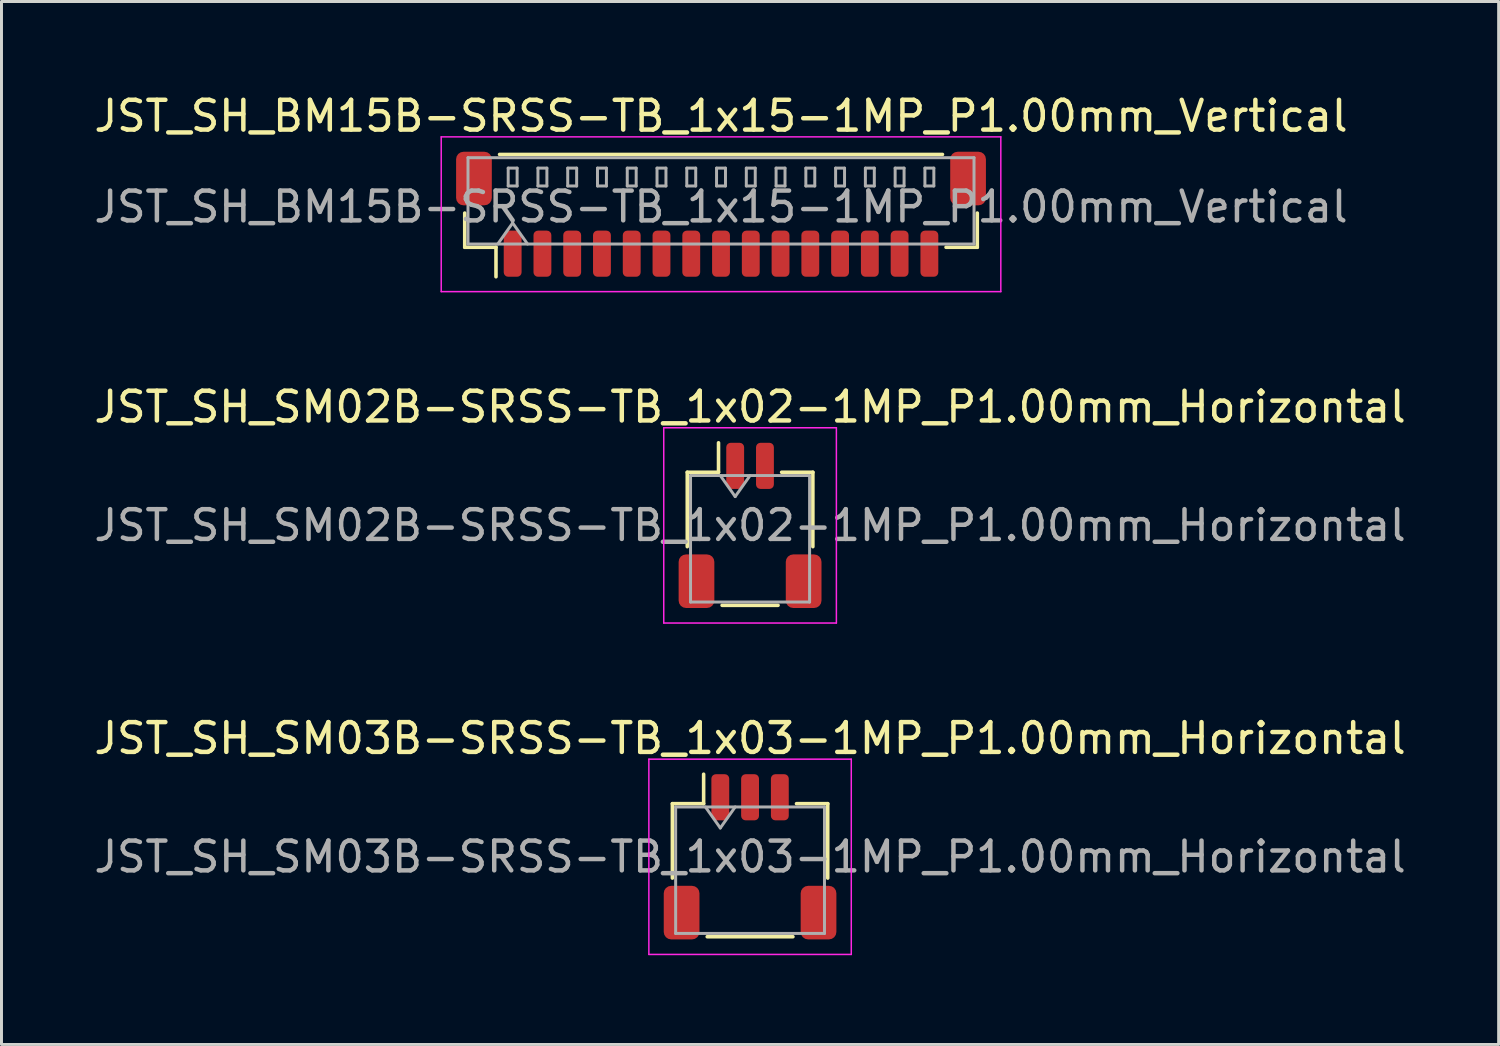
<source format=kicad_pcb>
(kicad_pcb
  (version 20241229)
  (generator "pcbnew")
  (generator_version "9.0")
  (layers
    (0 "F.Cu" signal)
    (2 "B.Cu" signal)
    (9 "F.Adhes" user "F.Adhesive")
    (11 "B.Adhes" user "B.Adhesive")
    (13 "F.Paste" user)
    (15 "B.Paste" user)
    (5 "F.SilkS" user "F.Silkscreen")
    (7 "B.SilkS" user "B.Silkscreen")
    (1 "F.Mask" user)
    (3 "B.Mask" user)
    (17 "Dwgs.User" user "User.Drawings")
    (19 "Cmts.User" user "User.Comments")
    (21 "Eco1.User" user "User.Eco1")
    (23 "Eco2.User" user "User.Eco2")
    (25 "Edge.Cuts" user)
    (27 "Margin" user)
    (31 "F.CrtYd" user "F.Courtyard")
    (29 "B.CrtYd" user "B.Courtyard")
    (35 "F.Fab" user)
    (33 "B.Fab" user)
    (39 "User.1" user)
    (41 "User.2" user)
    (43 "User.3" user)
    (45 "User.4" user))
  (footprint "JST_SH_SM02B-SRSS-TB_1x02-1MP_P1.00mm_Horizontal"
    (layer "F.Cu")
    (at 22.149 14.601)
    (property "Reference" "JST_SH_SM02B-SRSS-TB_1x02-1MP_P1.00mm_Horizontal" (at 0 -3.98 0) (layer "F.SilkS") (effects (font (size 1 1) (thickness 0.15))))
    (attr smd)
    (fp_line (start -2.11 -1.785) (end -1.06 -1.785) (stroke (width 0.12) (type solid)) (layer "F.SilkS"))
    (fp_line (start -2.11 0.715) (end -2.11 -1.785) (stroke (width 0.12) (type solid)) (layer "F.SilkS"))
    (fp_line (start -1.06 -1.785) (end -1.06 -2.775) (stroke (width 0.12) (type solid)) (layer "F.SilkS"))
    (fp_line (start -0.94 2.685) (end 0.94 2.685) (stroke (width 0.12) (type solid)) (layer "F.SilkS"))
    (fp_line (start 2.11 -1.785) (end 1.06 -1.785) (stroke (width 0.12) (type solid)) (layer "F.SilkS"))
    (fp_line (start 2.11 0.715) (end 2.11 -1.785) (stroke (width 0.12) (type solid)) (layer "F.SilkS"))
    (fp_line (start -2.9 -3.28) (end -2.9 3.28) (stroke (width 0.05) (type solid)) (layer "F.CrtYd"))
    (fp_line (start -2.9 3.28) (end 2.9 3.28) (stroke (width 0.05) (type solid)) (layer "F.CrtYd"))
    (fp_line (start 2.9 -3.28) (end -2.9 -3.28) (stroke (width 0.05) (type solid)) (layer "F.CrtYd"))
    (fp_line (start 2.9 3.28) (end 2.9 -3.28) (stroke (width 0.05) (type solid)) (layer "F.CrtYd"))
    (fp_line (start -2 -1.675) (end -2 2.575) (stroke (width 0.1) (type solid)) (layer "F.Fab"))
    (fp_line (start -2 -1.675) (end 2 -1.675) (stroke (width 0.1) (type solid)) (layer "F.Fab"))
    (fp_line (start -2 2.575) (end 2 2.575) (stroke (width 0.1) (type solid)) (layer "F.Fab"))
    (fp_line (start -1 -1.675) (end -0.5 -0.968) (stroke (width 0.1) (type solid)) (layer "F.Fab"))
    (fp_line (start -0.5 -0.968) (end 0 -1.675) (stroke (width 0.1) (type solid)) (layer "F.Fab"))
    (fp_line (start 2 -1.675) (end 2 2.575) (stroke (width 0.1) (type solid)) (layer "F.Fab"))
    (fp_text user "${REFERENCE}" (at 0 0 0) (layer "F.Fab") (effects (font (size 1 1) (thickness 0.15))))
    (pad "1" smd roundrect (at -0.5 -2) (size 0.6 1.55) (layers "F.Cu" "F.Mask" "F.Paste") (roundrect_rratio 0.25))
    (pad "2" smd roundrect (at 0.5 -2) (size 0.6 1.55) (layers "F.Cu" "F.Mask" "F.Paste") (roundrect_rratio 0.25))
    (pad "MP" smd roundrect (at -1.8 1.875) (size 1.2 1.8) (layers "F.Cu" "F.Mask" "F.Paste") (roundrect_rratio 0.208))
    (pad "MP" smd roundrect (at 1.8 1.875) (size 1.2 1.8) (layers "F.Cu" "F.Mask" "F.Paste") (roundrect_rratio 0.208)))
  (footprint "JST_SH_BM15B-SRSS-TB_1x15-1MP_P1.00mm_Vertical"
    (layer "F.Cu")
    (at 21.173 4.148)
    (property "Reference" "JST_SH_BM15B-SRSS-TB_1x15-1MP_P1.00mm_Vertical" (at 0 -3.3 0) (layer "F.SilkS") (effects (font (size 1 1) (thickness 0.15))))
    (attr smd)
    (fp_line (start -8.61 -0.04) (end -8.61 1.11) (stroke (width 0.12) (type solid)) (layer "F.SilkS"))
    (fp_line (start -8.61 1.11) (end -7.56 1.11) (stroke (width 0.12) (type solid)) (layer "F.SilkS"))
    (fp_line (start -7.56 1.11) (end -7.56 2.1) (stroke (width 0.12) (type solid)) (layer "F.SilkS"))
    (fp_line (start -7.44 -2.01) (end 7.44 -2.01) (stroke (width 0.12) (type solid)) (layer "F.SilkS"))
    (fp_line (start 8.61 -0.04) (end 8.61 1.11) (stroke (width 0.12) (type solid)) (layer "F.SilkS"))
    (fp_line (start 8.61 1.11) (end 7.56 1.11) (stroke (width 0.12) (type solid)) (layer "F.SilkS"))
    (fp_line (start -9.4 -2.6) (end -9.4 2.6) (stroke (width 0.05) (type solid)) (layer "F.CrtYd"))
    (fp_line (start -9.4 2.6) (end 9.4 2.6) (stroke (width 0.05) (type solid)) (layer "F.CrtYd"))
    (fp_line (start 9.4 -2.6) (end -9.4 -2.6) (stroke (width 0.05) (type solid)) (layer "F.CrtYd"))
    (fp_line (start 9.4 2.6) (end 9.4 -2.6) (stroke (width 0.05) (type solid)) (layer "F.CrtYd"))
    (fp_line (start -8.5 -1.9) (end 8.5 -1.9) (stroke (width 0.1) (type solid)) (layer "F.Fab"))
    (fp_line (start -8.5 1) (end -8.5 -1.9) (stroke (width 0.1) (type solid)) (layer "F.Fab"))
    (fp_line (start -8.5 1) (end 8.5 1) (stroke (width 0.1) (type solid)) (layer "F.Fab"))
    (fp_line (start -7.5 1) (end -7 0.293) (stroke (width 0.1) (type solid)) (layer "F.Fab"))
    (fp_line (start -7.15 -1.55) (end -7.15 -0.95) (stroke (width 0.1) (type solid)) (layer "F.Fab"))
    (fp_line (start -7.15 -0.95) (end -6.85 -0.95) (stroke (width 0.1) (type solid)) (layer "F.Fab"))
    (fp_line (start -7 0.293) (end -6.5 1) (stroke (width 0.1) (type solid)) (layer "F.Fab"))
    (fp_line (start -6.85 -1.55) (end -7.15 -1.55) (stroke (width 0.1) (type solid)) (layer "F.Fab"))
    (fp_line (start -6.85 -0.95) (end -6.85 -1.55) (stroke (width 0.1) (type solid)) (layer "F.Fab"))
    (fp_line (start -6.15 -1.55) (end -6.15 -0.95) (stroke (width 0.1) (type solid)) (layer "F.Fab"))
    (fp_line (start -6.15 -0.95) (end -5.85 -0.95) (stroke (width 0.1) (type solid)) (layer "F.Fab"))
    (fp_line (start -5.85 -1.55) (end -6.15 -1.55) (stroke (width 0.1) (type solid)) (layer "F.Fab"))
    (fp_line (start -5.85 -0.95) (end -5.85 -1.55) (stroke (width 0.1) (type solid)) (layer "F.Fab"))
    (fp_line (start -5.15 -1.55) (end -5.15 -0.95) (stroke (width 0.1) (type solid)) (layer "F.Fab"))
    (fp_line (start -5.15 -0.95) (end -4.85 -0.95) (stroke (width 0.1) (type solid)) (layer "F.Fab"))
    (fp_line (start -4.85 -1.55) (end -5.15 -1.55) (stroke (width 0.1) (type solid)) (layer "F.Fab"))
    (fp_line (start -4.85 -0.95) (end -4.85 -1.55) (stroke (width 0.1) (type solid)) (layer "F.Fab"))
    (fp_line (start -4.15 -1.55) (end -4.15 -0.95) (stroke (width 0.1) (type solid)) (layer "F.Fab"))
    (fp_line (start -4.15 -0.95) (end -3.85 -0.95) (stroke (width 0.1) (type solid)) (layer "F.Fab"))
    (fp_line (start -3.85 -1.55) (end -4.15 -1.55) (stroke (width 0.1) (type solid)) (layer "F.Fab"))
    (fp_line (start -3.85 -0.95) (end -3.85 -1.55) (stroke (width 0.1) (type solid)) (layer "F.Fab"))
    (fp_line (start -3.15 -1.55) (end -3.15 -0.95) (stroke (width 0.1) (type solid)) (layer "F.Fab"))
    (fp_line (start -3.15 -0.95) (end -2.85 -0.95) (stroke (width 0.1) (type solid)) (layer "F.Fab"))
    (fp_line (start -2.85 -1.55) (end -3.15 -1.55) (stroke (width 0.1) (type solid)) (layer "F.Fab"))
    (fp_line (start -2.85 -0.95) (end -2.85 -1.55) (stroke (width 0.1) (type solid)) (layer "F.Fab"))
    (fp_line (start -2.15 -1.55) (end -2.15 -0.95) (stroke (width 0.1) (type solid)) (layer "F.Fab"))
    (fp_line (start -2.15 -0.95) (end -1.85 -0.95) (stroke (width 0.1) (type solid)) (layer "F.Fab"))
    (fp_line (start -1.85 -1.55) (end -2.15 -1.55) (stroke (width 0.1) (type solid)) (layer "F.Fab"))
    (fp_line (start -1.85 -0.95) (end -1.85 -1.55) (stroke (width 0.1) (type solid)) (layer "F.Fab"))
    (fp_line (start -1.15 -1.55) (end -1.15 -0.95) (stroke (width 0.1) (type solid)) (layer "F.Fab"))
    (fp_line (start -1.15 -0.95) (end -0.85 -0.95) (stroke (width 0.1) (type solid)) (layer "F.Fab"))
    (fp_line (start -0.85 -1.55) (end -1.15 -1.55) (stroke (width 0.1) (type solid)) (layer "F.Fab"))
    (fp_line (start -0.85 -0.95) (end -0.85 -1.55) (stroke (width 0.1) (type solid)) (layer "F.Fab"))
    (fp_line (start -0.15 -1.55) (end -0.15 -0.95) (stroke (width 0.1) (type solid)) (layer "F.Fab"))
    (fp_line (start -0.15 -0.95) (end 0.15 -0.95) (stroke (width 0.1) (type solid)) (layer "F.Fab"))
    (fp_line (start 0.15 -1.55) (end -0.15 -1.55) (stroke (width 0.1) (type solid)) (layer "F.Fab"))
    (fp_line (start 0.15 -0.95) (end 0.15 -1.55) (stroke (width 0.1) (type solid)) (layer "F.Fab"))
    (fp_line (start 0.85 -1.55) (end 0.85 -0.95) (stroke (width 0.1) (type solid)) (layer "F.Fab"))
    (fp_line (start 0.85 -0.95) (end 1.15 -0.95) (stroke (width 0.1) (type solid)) (layer "F.Fab"))
    (fp_line (start 1.15 -1.55) (end 0.85 -1.55) (stroke (width 0.1) (type solid)) (layer "F.Fab"))
    (fp_line (start 1.15 -0.95) (end 1.15 -1.55) (stroke (width 0.1) (type solid)) (layer "F.Fab"))
    (fp_line (start 1.85 -1.55) (end 1.85 -0.95) (stroke (width 0.1) (type solid)) (layer "F.Fab"))
    (fp_line (start 1.85 -0.95) (end 2.15 -0.95) (stroke (width 0.1) (type solid)) (layer "F.Fab"))
    (fp_line (start 2.15 -1.55) (end 1.85 -1.55) (stroke (width 0.1) (type solid)) (layer "F.Fab"))
    (fp_line (start 2.15 -0.95) (end 2.15 -1.55) (stroke (width 0.1) (type solid)) (layer "F.Fab"))
    (fp_line (start 2.85 -1.55) (end 2.85 -0.95) (stroke (width 0.1) (type solid)) (layer "F.Fab"))
    (fp_line (start 2.85 -0.95) (end 3.15 -0.95) (stroke (width 0.1) (type solid)) (layer "F.Fab"))
    (fp_line (start 3.15 -1.55) (end 2.85 -1.55) (stroke (width 0.1) (type solid)) (layer "F.Fab"))
    (fp_line (start 3.15 -0.95) (end 3.15 -1.55) (stroke (width 0.1) (type solid)) (layer "F.Fab"))
    (fp_line (start 3.85 -1.55) (end 3.85 -0.95) (stroke (width 0.1) (type solid)) (layer "F.Fab"))
    (fp_line (start 3.85 -0.95) (end 4.15 -0.95) (stroke (width 0.1) (type solid)) (layer "F.Fab"))
    (fp_line (start 4.15 -1.55) (end 3.85 -1.55) (stroke (width 0.1) (type solid)) (layer "F.Fab"))
    (fp_line (start 4.15 -0.95) (end 4.15 -1.55) (stroke (width 0.1) (type solid)) (layer "F.Fab"))
    (fp_line (start 4.85 -1.55) (end 4.85 -0.95) (stroke (width 0.1) (type solid)) (layer "F.Fab"))
    (fp_line (start 4.85 -0.95) (end 5.15 -0.95) (stroke (width 0.1) (type solid)) (layer "F.Fab"))
    (fp_line (start 5.15 -1.55) (end 4.85 -1.55) (stroke (width 0.1) (type solid)) (layer "F.Fab"))
    (fp_line (start 5.15 -0.95) (end 5.15 -1.55) (stroke (width 0.1) (type solid)) (layer "F.Fab"))
    (fp_line (start 5.85 -1.55) (end 5.85 -0.95) (stroke (width 0.1) (type solid)) (layer "F.Fab"))
    (fp_line (start 5.85 -0.95) (end 6.15 -0.95) (stroke (width 0.1) (type solid)) (layer "F.Fab"))
    (fp_line (start 6.15 -1.55) (end 5.85 -1.55) (stroke (width 0.1) (type solid)) (layer "F.Fab"))
    (fp_line (start 6.15 -0.95) (end 6.15 -1.55) (stroke (width 0.1) (type solid)) (layer "F.Fab"))
    (fp_line (start 6.85 -1.55) (end 6.85 -0.95) (stroke (width 0.1) (type solid)) (layer "F.Fab"))
    (fp_line (start 6.85 -0.95) (end 7.15 -0.95) (stroke (width 0.1) (type solid)) (layer "F.Fab"))
    (fp_line (start 7.15 -1.55) (end 6.85 -1.55) (stroke (width 0.1) (type solid)) (layer "F.Fab"))
    (fp_line (start 7.15 -0.95) (end 7.15 -1.55) (stroke (width 0.1) (type solid)) (layer "F.Fab"))
    (fp_line (start 8.5 1) (end 8.5 -1.9) (stroke (width 0.1) (type solid)) (layer "F.Fab"))
    (fp_text user "${REFERENCE}" (at 0 -0.25 0) (layer "F.Fab") (effects (font (size 1 1) (thickness 0.15))))
    (pad "1" smd roundrect (at -7 1.325) (size 0.6 1.55) (layers "F.Cu" "F.Mask" "F.Paste") (roundrect_rratio 0.25))
    (pad "2" smd roundrect (at -6 1.325) (size 0.6 1.55) (layers "F.Cu" "F.Mask" "F.Paste") (roundrect_rratio 0.25))
    (pad "3" smd roundrect (at -5 1.325) (size 0.6 1.55) (layers "F.Cu" "F.Mask" "F.Paste") (roundrect_rratio 0.25))
    (pad "4" smd roundrect (at -4 1.325) (size 0.6 1.55) (layers "F.Cu" "F.Mask" "F.Paste") (roundrect_rratio 0.25))
    (pad "5" smd roundrect (at -3 1.325) (size 0.6 1.55) (layers "F.Cu" "F.Mask" "F.Paste") (roundrect_rratio 0.25))
    (pad "6" smd roundrect (at -2 1.325) (size 0.6 1.55) (layers "F.Cu" "F.Mask" "F.Paste") (roundrect_rratio 0.25))
    (pad "7" smd roundrect (at -1 1.325) (size 0.6 1.55) (layers "F.Cu" "F.Mask" "F.Paste") (roundrect_rratio 0.25))
    (pad "8" smd roundrect (at 0 1.325) (size 0.6 1.55) (layers "F.Cu" "F.Mask" "F.Paste") (roundrect_rratio 0.25))
    (pad "9" smd roundrect (at 1 1.325) (size 0.6 1.55) (layers "F.Cu" "F.Mask" "F.Paste") (roundrect_rratio 0.25))
    (pad "10" smd roundrect (at 2 1.325) (size 0.6 1.55) (layers "F.Cu" "F.Mask" "F.Paste") (roundrect_rratio 0.25))
    (pad "11" smd roundrect (at 3 1.325) (size 0.6 1.55) (layers "F.Cu" "F.Mask" "F.Paste") (roundrect_rratio 0.25))
    (pad "12" smd roundrect (at 4 1.325) (size 0.6 1.55) (layers "F.Cu" "F.Mask" "F.Paste") (roundrect_rratio 0.25))
    (pad "13" smd roundrect (at 5 1.325) (size 0.6 1.55) (layers "F.Cu" "F.Mask" "F.Paste") (roundrect_rratio 0.25))
    (pad "14" smd roundrect (at 6 1.325) (size 0.6 1.55) (layers "F.Cu" "F.Mask" "F.Paste") (roundrect_rratio 0.25))
    (pad "15" smd roundrect (at 7 1.325) (size 0.6 1.55) (layers "F.Cu" "F.Mask" "F.Paste") (roundrect_rratio 0.25))
    (pad "MP" smd roundrect (at -8.3 -1.2) (size 1.2 1.8) (layers "F.Cu" "F.Mask" "F.Paste") (roundrect_rratio 0.208))
    (pad "MP" smd roundrect (at 8.3 -1.2) (size 1.2 1.8) (layers "F.Cu" "F.Mask" "F.Paste") (roundrect_rratio 0.208)))
  (footprint "JST_SH_SM03B-SRSS-TB_1x03-1MP_P1.00mm_Horizontal"
    (layer "F.Cu")
    (at 22.149 25.735)
    (property "Reference" "JST_SH_SM03B-SRSS-TB_1x03-1MP_P1.00mm_Horizontal" (at 0 -3.98 0) (layer "F.SilkS") (effects (font (size 1 1) (thickness 0.15))))
    (attr smd)
    (fp_line (start -2.61 -1.785) (end -1.56 -1.785) (stroke (width 0.12) (type solid)) (layer "F.SilkS"))
    (fp_line (start -2.61 0.715) (end -2.61 -1.785) (stroke (width 0.12) (type solid)) (layer "F.SilkS"))
    (fp_line (start -1.56 -1.785) (end -1.56 -2.775) (stroke (width 0.12) (type solid)) (layer "F.SilkS"))
    (fp_line (start -1.44 2.685) (end 1.44 2.685) (stroke (width 0.12) (type solid)) (layer "F.SilkS"))
    (fp_line (start 2.61 -1.785) (end 1.56 -1.785) (stroke (width 0.12) (type solid)) (layer "F.SilkS"))
    (fp_line (start 2.61 0.715) (end 2.61 -1.785) (stroke (width 0.12) (type solid)) (layer "F.SilkS"))
    (fp_line (start -3.4 -3.28) (end -3.4 3.28) (stroke (width 0.05) (type solid)) (layer "F.CrtYd"))
    (fp_line (start -3.4 3.28) (end 3.4 3.28) (stroke (width 0.05) (type solid)) (layer "F.CrtYd"))
    (fp_line (start 3.4 -3.28) (end -3.4 -3.28) (stroke (width 0.05) (type solid)) (layer "F.CrtYd"))
    (fp_line (start 3.4 3.28) (end 3.4 -3.28) (stroke (width 0.05) (type solid)) (layer "F.CrtYd"))
    (fp_line (start -2.5 -1.675) (end -2.5 2.575) (stroke (width 0.1) (type solid)) (layer "F.Fab"))
    (fp_line (start -2.5 -1.675) (end 2.5 -1.675) (stroke (width 0.1) (type solid)) (layer "F.Fab"))
    (fp_line (start -2.5 2.575) (end 2.5 2.575) (stroke (width 0.1) (type solid)) (layer "F.Fab"))
    (fp_line (start -1.5 -1.675) (end -1 -0.968) (stroke (width 0.1) (type solid)) (layer "F.Fab"))
    (fp_line (start -1 -0.968) (end -0.5 -1.675) (stroke (width 0.1) (type solid)) (layer "F.Fab"))
    (fp_line (start 2.5 -1.675) (end 2.5 2.575) (stroke (width 0.1) (type solid)) (layer "F.Fab"))
    (fp_text user "${REFERENCE}" (at 0 0 0) (layer "F.Fab") (effects (font (size 1 1) (thickness 0.15))))
    (pad "1" smd roundrect (at -1 -2) (size 0.6 1.55) (layers "F.Cu" "F.Mask" "F.Paste") (roundrect_rratio 0.25))
    (pad "2" smd roundrect (at 0 -2) (size 0.6 1.55) (layers "F.Cu" "F.Mask" "F.Paste") (roundrect_rratio 0.25))
    (pad "3" smd roundrect (at 1 -2) (size 0.6 1.55) (layers "F.Cu" "F.Mask" "F.Paste") (roundrect_rratio 0.25))
    (pad "MP" smd roundrect (at -2.3 1.875) (size 1.2 1.8) (layers "F.Cu" "F.Mask" "F.Paste") (roundrect_rratio 0.208))
    (pad "MP" smd roundrect (at 2.3 1.875) (size 1.2 1.8) (layers "F.Cu" "F.Mask" "F.Paste") (roundrect_rratio 0.208)))
  (gr_rect
    (start -3 -3)
    (end 47.298 32.04)
    (stroke (width 0.1) (type default))
    (fill no)
    (layer "Edge.Cuts")))
</source>
